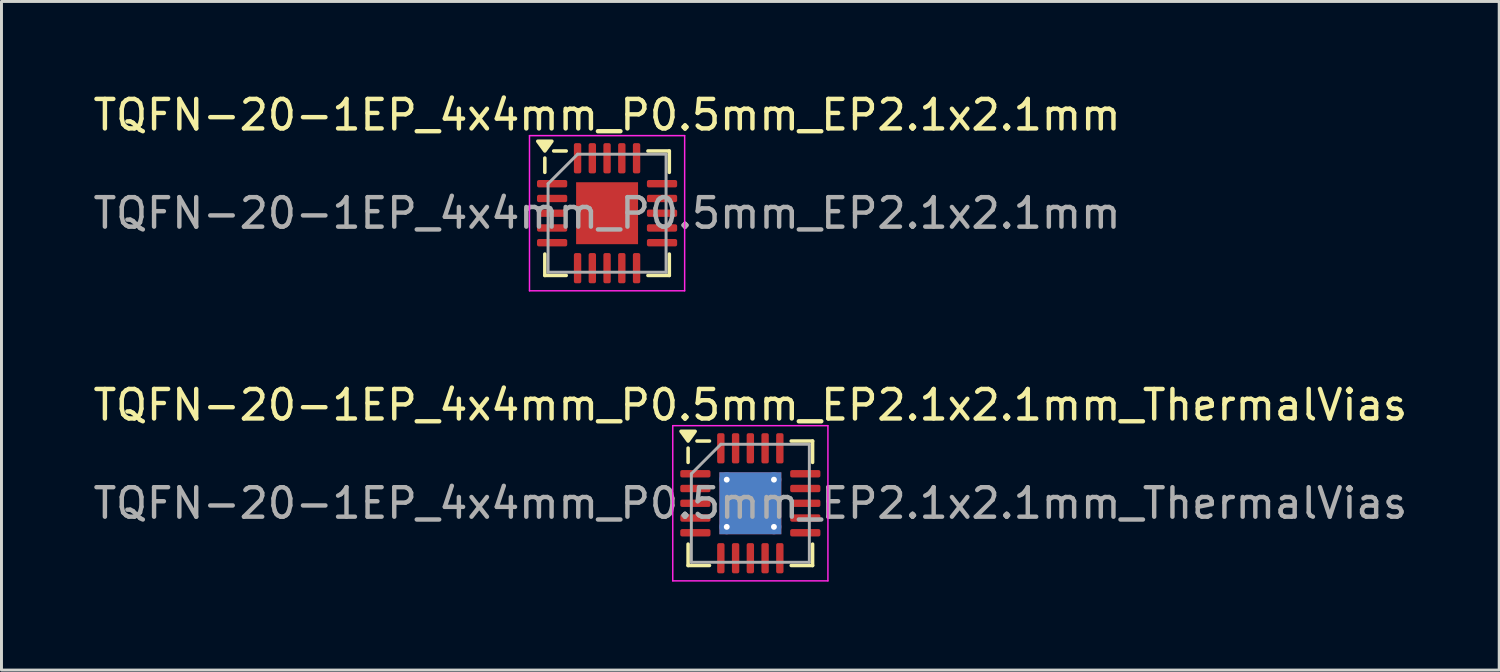
<source format=kicad_pcb>
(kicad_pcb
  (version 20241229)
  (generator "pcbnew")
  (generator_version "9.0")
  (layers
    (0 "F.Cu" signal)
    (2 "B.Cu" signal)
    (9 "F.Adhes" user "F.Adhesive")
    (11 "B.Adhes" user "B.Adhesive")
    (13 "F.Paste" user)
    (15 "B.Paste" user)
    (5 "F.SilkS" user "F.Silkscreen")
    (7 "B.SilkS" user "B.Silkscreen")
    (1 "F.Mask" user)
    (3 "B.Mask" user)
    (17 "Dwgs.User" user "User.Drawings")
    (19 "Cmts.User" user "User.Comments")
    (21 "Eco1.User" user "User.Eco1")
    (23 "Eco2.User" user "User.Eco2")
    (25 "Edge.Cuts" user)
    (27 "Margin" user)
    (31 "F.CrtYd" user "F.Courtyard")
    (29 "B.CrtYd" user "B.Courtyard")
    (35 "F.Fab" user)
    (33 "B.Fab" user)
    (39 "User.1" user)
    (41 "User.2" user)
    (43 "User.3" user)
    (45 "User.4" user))
  (footprint "TQFN-20-1EP_4x4mm_P0.5mm_EP2.1x2.1mm_ThermalVias"
    (layer "F.Cu")
    (at 22.387 14.011)
    (property "Reference" "TQFN-20-1EP_4x4mm_P0.5mm_EP2.1x2.1mm_ThermalVias" (at 0 -3.33 0) (layer "F.SilkS") (effects (font (size 1 1) (thickness 0.15))))
    (attr smd)
    (fp_line (start -2.11 -1.385) (end -2.11 -1.87) (stroke (width 0.12) (type solid)) (layer "F.SilkS"))
    (fp_line (start -2.11 2.11) (end -2.11 1.385) (stroke (width 0.12) (type solid)) (layer "F.SilkS"))
    (fp_line (start -1.385 -2.11) (end -1.81 -2.11) (stroke (width 0.12) (type solid)) (layer "F.SilkS"))
    (fp_line (start -1.385 2.11) (end -2.11 2.11) (stroke (width 0.12) (type solid)) (layer "F.SilkS"))
    (fp_line (start 1.385 -2.11) (end 2.11 -2.11) (stroke (width 0.12) (type solid)) (layer "F.SilkS"))
    (fp_line (start 1.385 2.11) (end 2.11 2.11) (stroke (width 0.12) (type solid)) (layer "F.SilkS"))
    (fp_line (start 2.11 -2.11) (end 2.11 -1.385) (stroke (width 0.12) (type solid)) (layer "F.SilkS"))
    (fp_line (start 2.11 2.11) (end 2.11 1.385) (stroke (width 0.12) (type solid)) (layer "F.SilkS"))
    (fp_poly (pts (xy -2.11 -2.11) (xy -2.35 -2.44) (xy -1.87 -2.44) (xy -2.11 -2.11)) (stroke (width 0.12) (type solid)) (fill yes) (layer "F.SilkS"))
    (fp_line (start -2.63 -2.63) (end -2.63 2.63) (stroke (width 0.05) (type solid)) (layer "F.CrtYd"))
    (fp_line (start -2.63 2.63) (end 2.63 2.63) (stroke (width 0.05) (type solid)) (layer "F.CrtYd"))
    (fp_line (start 2.63 -2.63) (end -2.63 -2.63) (stroke (width 0.05) (type solid)) (layer "F.CrtYd"))
    (fp_line (start 2.63 2.63) (end 2.63 -2.63) (stroke (width 0.05) (type solid)) (layer "F.CrtYd"))
    (fp_line (start -2 -1) (end -1 -2) (stroke (width 0.1) (type solid)) (layer "F.Fab"))
    (fp_line (start -2 2) (end -2 -1) (stroke (width 0.1) (type solid)) (layer "F.Fab"))
    (fp_line (start -1 -2) (end 2 -2) (stroke (width 0.1) (type solid)) (layer "F.Fab"))
    (fp_line (start 2 -2) (end 2 2) (stroke (width 0.1) (type solid)) (layer "F.Fab"))
    (fp_line (start 2 2) (end -2 2) (stroke (width 0.1) (type solid)) (layer "F.Fab"))
    (fp_text user "${REFERENCE}" (at 0 0 0) (layer "F.Fab") (effects (font (size 1 1) (thickness 0.15))))
    (pad "" smd roundrect (at -0.525 -0.525) (size 0.91 0.91) (layers "F.Paste") (roundrect_rratio 0.25))
    (pad "" smd roundrect (at -0.525 0.525) (size 0.91 0.91) (layers "F.Paste") (roundrect_rratio 0.25))
    (pad "" smd roundrect (at 0.525 -0.525) (size 0.91 0.91) (layers "F.Paste") (roundrect_rratio 0.25))
    (pad "" smd roundrect (at 0.525 0.525) (size 0.91 0.91) (layers "F.Paste") (roundrect_rratio 0.25))
    (pad "1" smd roundrect (at -1.863 -1) (size 1.025 0.25) (layers "F.Cu" "F.Mask" "F.Paste") (roundrect_rratio 0.25))
    (pad "2" smd roundrect (at -1.863 -0.5) (size 1.025 0.25) (layers "F.Cu" "F.Mask" "F.Paste") (roundrect_rratio 0.25))
    (pad "3" smd roundrect (at -1.863 0) (size 1.025 0.25) (layers "F.Cu" "F.Mask" "F.Paste") (roundrect_rratio 0.25))
    (pad "4" smd roundrect (at -1.863 0.5) (size 1.025 0.25) (layers "F.Cu" "F.Mask" "F.Paste") (roundrect_rratio 0.25))
    (pad "5" smd roundrect (at -1.863 1) (size 1.025 0.25) (layers "F.Cu" "F.Mask" "F.Paste") (roundrect_rratio 0.25))
    (pad "6" smd roundrect (at -1 1.863) (size 0.25 1.025) (layers "F.Cu" "F.Mask" "F.Paste") (roundrect_rratio 0.25))
    (pad "7" smd roundrect (at -0.5 1.863) (size 0.25 1.025) (layers "F.Cu" "F.Mask" "F.Paste") (roundrect_rratio 0.25))
    (pad "8" smd roundrect (at 0 1.863) (size 0.25 1.025) (layers "F.Cu" "F.Mask" "F.Paste") (roundrect_rratio 0.25))
    (pad "9" smd roundrect (at 0.5 1.863) (size 0.25 1.025) (layers "F.Cu" "F.Mask" "F.Paste") (roundrect_rratio 0.25))
    (pad "10" smd roundrect (at 1 1.863) (size 0.25 1.025) (layers "F.Cu" "F.Mask" "F.Paste") (roundrect_rratio 0.25))
    (pad "11" smd roundrect (at 1.863 1) (size 1.025 0.25) (layers "F.Cu" "F.Mask" "F.Paste") (roundrect_rratio 0.25))
    (pad "12" smd roundrect (at 1.863 0.5) (size 1.025 0.25) (layers "F.Cu" "F.Mask" "F.Paste") (roundrect_rratio 0.25))
    (pad "13" smd roundrect (at 1.863 0) (size 1.025 0.25) (layers "F.Cu" "F.Mask" "F.Paste") (roundrect_rratio 0.25))
    (pad "14" smd roundrect (at 1.863 -0.5) (size 1.025 0.25) (layers "F.Cu" "F.Mask" "F.Paste") (roundrect_rratio 0.25))
    (pad "15" smd roundrect (at 1.863 -1) (size 1.025 0.25) (layers "F.Cu" "F.Mask" "F.Paste") (roundrect_rratio 0.25))
    (pad "16" smd roundrect (at 1 -1.863) (size 0.25 1.025) (layers "F.Cu" "F.Mask" "F.Paste") (roundrect_rratio 0.25))
    (pad "17" smd roundrect (at 0.5 -1.863) (size 0.25 1.025) (layers "F.Cu" "F.Mask" "F.Paste") (roundrect_rratio 0.25))
    (pad "18" smd roundrect (at 0 -1.863) (size 0.25 1.025) (layers "F.Cu" "F.Mask" "F.Paste") (roundrect_rratio 0.25))
    (pad "19" smd roundrect (at -0.5 -1.863) (size 0.25 1.025) (layers "F.Cu" "F.Mask" "F.Paste") (roundrect_rratio 0.25))
    (pad "20" smd roundrect (at -1 -1.863) (size 0.25 1.025) (layers "F.Cu" "F.Mask" "F.Paste") (roundrect_rratio 0.25))
    (pad "21" thru_hole circle (at -0.8 -0.8) (size 0.5 0.5) (drill 0.2) (property pad_prop_heatsink) (layers "*.Cu"))
    (pad "21" thru_hole circle (at -0.8 0.8) (size 0.5 0.5) (drill 0.2) (property pad_prop_heatsink) (layers "*.Cu"))
    (pad "21" smd rect (at 0 0) (size 2.1 2.1) (property pad_prop_heatsink) (layers "F.Cu" "F.Mask"))
    (pad "21" smd rect (at 0 0) (size 2.1 2.1) (property pad_prop_heatsink) (layers "B.Cu"))
    (pad "21" thru_hole circle (at 0.8 -0.8) (size 0.5 0.5) (drill 0.2) (property pad_prop_heatsink) (layers "*.Cu"))
    (pad "21" thru_hole circle (at 0.8 0.8) (size 0.5 0.5) (drill 0.2) (property pad_prop_heatsink) (layers "*.Cu")))
  (footprint "TQFN-20-1EP_4x4mm_P0.5mm_EP2.1x2.1mm"
    (layer "F.Cu")
    (at 17.53 4.178)
    (property "Reference" "TQFN-20-1EP_4x4mm_P0.5mm_EP2.1x2.1mm" (at 0 -3.33 0) (layer "F.SilkS") (effects (font (size 1 1) (thickness 0.15))))
    (attr smd)
    (fp_line (start -2.11 -1.385) (end -2.11 -1.87) (stroke (width 0.12) (type solid)) (layer "F.SilkS"))
    (fp_line (start -2.11 2.11) (end -2.11 1.385) (stroke (width 0.12) (type solid)) (layer "F.SilkS"))
    (fp_line (start -1.385 -2.11) (end -1.81 -2.11) (stroke (width 0.12) (type solid)) (layer "F.SilkS"))
    (fp_line (start -1.385 2.11) (end -2.11 2.11) (stroke (width 0.12) (type solid)) (layer "F.SilkS"))
    (fp_line (start 1.385 -2.11) (end 2.11 -2.11) (stroke (width 0.12) (type solid)) (layer "F.SilkS"))
    (fp_line (start 1.385 2.11) (end 2.11 2.11) (stroke (width 0.12) (type solid)) (layer "F.SilkS"))
    (fp_line (start 2.11 -2.11) (end 2.11 -1.385) (stroke (width 0.12) (type solid)) (layer "F.SilkS"))
    (fp_line (start 2.11 2.11) (end 2.11 1.385) (stroke (width 0.12) (type solid)) (layer "F.SilkS"))
    (fp_poly (pts (xy -2.11 -2.11) (xy -2.35 -2.44) (xy -1.87 -2.44) (xy -2.11 -2.11)) (stroke (width 0.12) (type solid)) (fill yes) (layer "F.SilkS"))
    (fp_line (start -2.63 -2.63) (end -2.63 2.63) (stroke (width 0.05) (type solid)) (layer "F.CrtYd"))
    (fp_line (start -2.63 2.63) (end 2.63 2.63) (stroke (width 0.05) (type solid)) (layer "F.CrtYd"))
    (fp_line (start 2.63 -2.63) (end -2.63 -2.63) (stroke (width 0.05) (type solid)) (layer "F.CrtYd"))
    (fp_line (start 2.63 2.63) (end 2.63 -2.63) (stroke (width 0.05) (type solid)) (layer "F.CrtYd"))
    (fp_line (start -2 -1) (end -1 -2) (stroke (width 0.1) (type solid)) (layer "F.Fab"))
    (fp_line (start -2 2) (end -2 -1) (stroke (width 0.1) (type solid)) (layer "F.Fab"))
    (fp_line (start -1 -2) (end 2 -2) (stroke (width 0.1) (type solid)) (layer "F.Fab"))
    (fp_line (start 2 -2) (end 2 2) (stroke (width 0.1) (type solid)) (layer "F.Fab"))
    (fp_line (start 2 2) (end -2 2) (stroke (width 0.1) (type solid)) (layer "F.Fab"))
    (fp_text user "${REFERENCE}" (at 0 0 0) (layer "F.Fab") (effects (font (size 1 1) (thickness 0.15))))
    (pad "" smd roundrect (at -0.525 -0.525) (size 0.85 0.85) (layers "F.Paste") (roundrect_rratio 0.25))
    (pad "" smd roundrect (at -0.525 0.525) (size 0.85 0.85) (layers "F.Paste") (roundrect_rratio 0.25))
    (pad "" smd roundrect (at 0.525 -0.525) (size 0.85 0.85) (layers "F.Paste") (roundrect_rratio 0.25))
    (pad "" smd roundrect (at 0.525 0.525) (size 0.85 0.85) (layers "F.Paste") (roundrect_rratio 0.25))
    (pad "1" smd roundrect (at -1.863 -1) (size 1.025 0.25) (layers "F.Cu" "F.Mask" "F.Paste") (roundrect_rratio 0.25))
    (pad "2" smd roundrect (at -1.863 -0.5) (size 1.025 0.25) (layers "F.Cu" "F.Mask" "F.Paste") (roundrect_rratio 0.25))
    (pad "3" smd roundrect (at -1.863 0) (size 1.025 0.25) (layers "F.Cu" "F.Mask" "F.Paste") (roundrect_rratio 0.25))
    (pad "4" smd roundrect (at -1.863 0.5) (size 1.025 0.25) (layers "F.Cu" "F.Mask" "F.Paste") (roundrect_rratio 0.25))
    (pad "5" smd roundrect (at -1.863 1) (size 1.025 0.25) (layers "F.Cu" "F.Mask" "F.Paste") (roundrect_rratio 0.25))
    (pad "6" smd roundrect (at -1 1.863) (size 0.25 1.025) (layers "F.Cu" "F.Mask" "F.Paste") (roundrect_rratio 0.25))
    (pad "7" smd roundrect (at -0.5 1.863) (size 0.25 1.025) (layers "F.Cu" "F.Mask" "F.Paste") (roundrect_rratio 0.25))
    (pad "8" smd roundrect (at 0 1.863) (size 0.25 1.025) (layers "F.Cu" "F.Mask" "F.Paste") (roundrect_rratio 0.25))
    (pad "9" smd roundrect (at 0.5 1.863) (size 0.25 1.025) (layers "F.Cu" "F.Mask" "F.Paste") (roundrect_rratio 0.25))
    (pad "10" smd roundrect (at 1 1.863) (size 0.25 1.025) (layers "F.Cu" "F.Mask" "F.Paste") (roundrect_rratio 0.25))
    (pad "11" smd roundrect (at 1.863 1) (size 1.025 0.25) (layers "F.Cu" "F.Mask" "F.Paste") (roundrect_rratio 0.25))
    (pad "12" smd roundrect (at 1.863 0.5) (size 1.025 0.25) (layers "F.Cu" "F.Mask" "F.Paste") (roundrect_rratio 0.25))
    (pad "13" smd roundrect (at 1.863 0) (size 1.025 0.25) (layers "F.Cu" "F.Mask" "F.Paste") (roundrect_rratio 0.25))
    (pad "14" smd roundrect (at 1.863 -0.5) (size 1.025 0.25) (layers "F.Cu" "F.Mask" "F.Paste") (roundrect_rratio 0.25))
    (pad "15" smd roundrect (at 1.863 -1) (size 1.025 0.25) (layers "F.Cu" "F.Mask" "F.Paste") (roundrect_rratio 0.25))
    (pad "16" smd roundrect (at 1 -1.863) (size 0.25 1.025) (layers "F.Cu" "F.Mask" "F.Paste") (roundrect_rratio 0.25))
    (pad "17" smd roundrect (at 0.5 -1.863) (size 0.25 1.025) (layers "F.Cu" "F.Mask" "F.Paste") (roundrect_rratio 0.25))
    (pad "18" smd roundrect (at 0 -1.863) (size 0.25 1.025) (layers "F.Cu" "F.Mask" "F.Paste") (roundrect_rratio 0.25))
    (pad "19" smd roundrect (at -0.5 -1.863) (size 0.25 1.025) (layers "F.Cu" "F.Mask" "F.Paste") (roundrect_rratio 0.25))
    (pad "20" smd roundrect (at -1 -1.863) (size 0.25 1.025) (layers "F.Cu" "F.Mask" "F.Paste") (roundrect_rratio 0.25))
    (pad "21" smd rect (at 0 0) (size 2.1 2.1) (property pad_prop_heatsink) (layers "F.Cu" "F.Mask")))
  (gr_rect
    (start -3 -3)
    (end 47.774 19.666)
    (stroke (width 0.1) (type default))
    (fill no)
    (layer "Edge.Cuts")))
</source>
